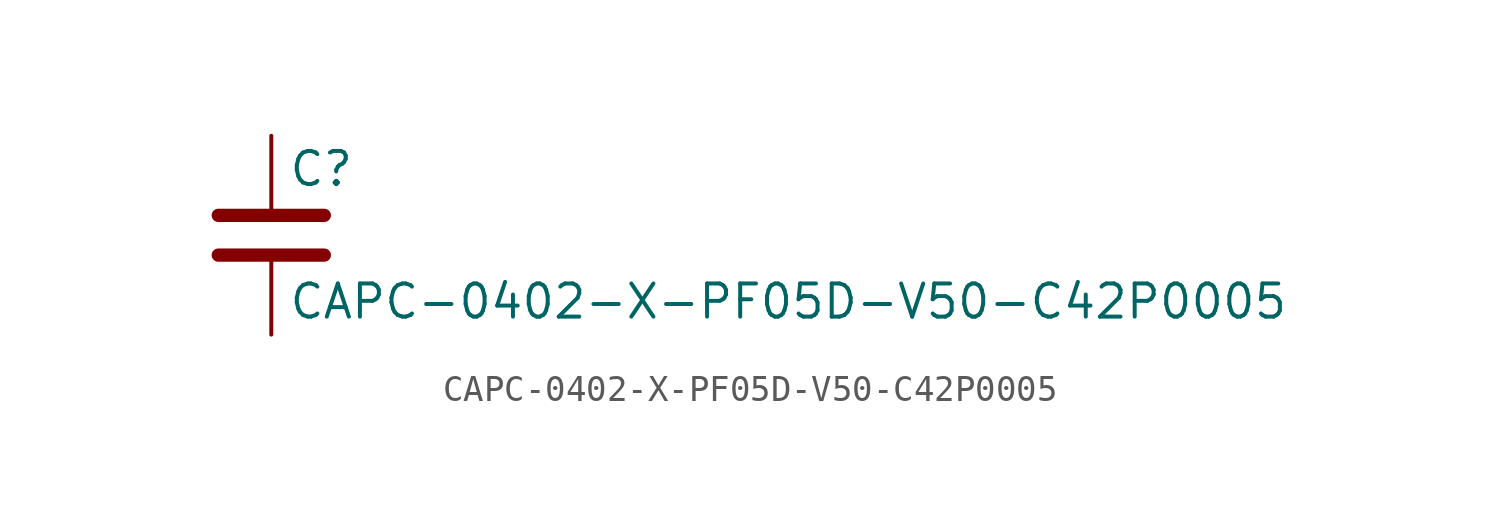
<source format=kicad_sym>
(kicad_symbol_lib
  (version 20211014)
  (generator kicad_symbol_editor)
  (symbol "CAPC-0402-X-PF05D-V50-C42P0005"
    (pin_numbers hide)
    (pin_names
      (offset 0.254))
    (property "Reference" "C"
      (at 0.635 2.54 0)
      (effects (font (size 1.27 1.27)) (justify left)))
    (property "Value" "CAPC-0402-X-PF05D-V50-C42P0005"
      (at 0.635 -2.54 0)
      (effects (font (size 1.27 1.27)) (justify left)))
    (symbol "CAPC-0402-X-PF05D-V50-C42P0005_0_1"
      (polyline (pts (xy -2.032 -0.762) (xy 2.032 -0.762)) (stroke (width 0.508) (type default) (color 0 0 0 0)) (fill (type none)))
      (polyline (pts (xy -2.032 0.762) (xy 2.032 0.762)) (stroke (width 0.508) (type default) (color 0 0 0 0)) (fill (type none))))
    (symbol "CAPC-0402-X-PF05D-V50-C42P0005_1_1"
      (pin passive line (at 0 3.81 270) (length 2.794) (name "~" (effects (font (size 1.27 1.27)))) (number "1" (effects (font (size 1.27 1.27)))))
      (pin passive line (at 0 -3.81 90) (length 2.794) (name "~" (effects (font (size 1.27 1.27)))) (number "2" (effects (font (size 1.27 1.27))))))))
</source>
